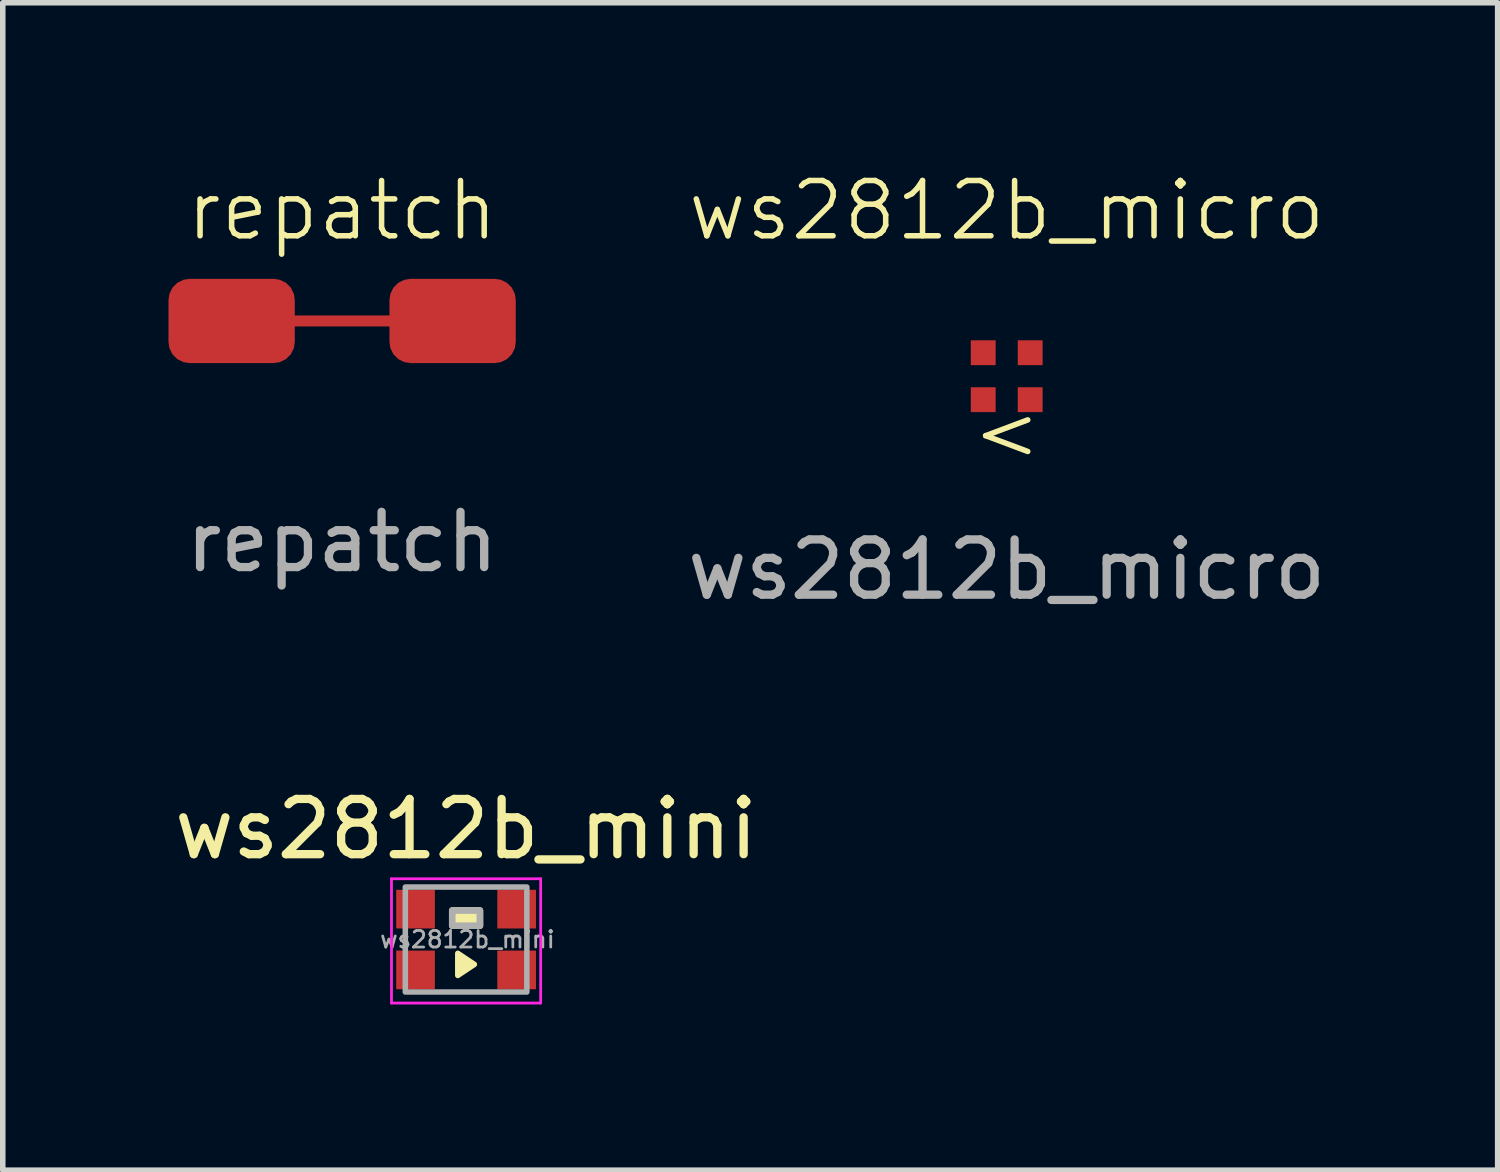
<source format=kicad_pcb>
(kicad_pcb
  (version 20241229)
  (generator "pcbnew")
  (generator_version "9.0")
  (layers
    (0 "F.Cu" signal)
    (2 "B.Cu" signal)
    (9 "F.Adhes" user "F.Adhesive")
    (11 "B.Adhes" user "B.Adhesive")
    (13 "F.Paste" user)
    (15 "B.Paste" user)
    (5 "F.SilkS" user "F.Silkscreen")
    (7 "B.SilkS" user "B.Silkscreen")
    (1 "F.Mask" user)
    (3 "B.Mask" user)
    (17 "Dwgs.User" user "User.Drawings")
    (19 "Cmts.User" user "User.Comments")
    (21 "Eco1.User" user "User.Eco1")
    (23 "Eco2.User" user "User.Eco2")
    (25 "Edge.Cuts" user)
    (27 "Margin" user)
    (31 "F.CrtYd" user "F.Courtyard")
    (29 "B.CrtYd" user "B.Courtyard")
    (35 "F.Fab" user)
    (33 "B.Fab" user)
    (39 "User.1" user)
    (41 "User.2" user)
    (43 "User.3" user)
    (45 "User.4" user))
  (footprint "ws2812b_micro"
    (layer "F.Cu")
    (at 15.173 3.76)
    (property "Reference" "ws2812b_micro" (at 0 -3 0) (unlocked yes) (layer "F.SilkS") (effects (font (size 1 1) (thickness 0.1))))
    (attr smd)
    (fp_text user "<" (at 0 1 0) (unlocked yes) (layer "F.SilkS") (effects (font (size 1 1) (thickness 0.1))))
    (fp_text user "${REFERENCE}" (at 0 3.5 0) (unlocked yes) (layer "F.Fab") (effects (font (size 1 1) (thickness 0.15))))
    (pad "1" smd rect (at -0.425 -0.425) (size 0.45 0.45) (layers "F.Cu" "F.Mask" "F.Paste"))
    (pad "2" smd rect (at 0.425 -0.425) (size 0.45 0.45) (layers "F.Cu" "F.Mask" "F.Paste"))
    (pad "3" smd rect (at -0.425 0.425 90) (size 0.45 0.45) (layers "F.Cu" "F.Mask" "F.Paste"))
    (pad "4" smd rect (at 0.425 0.425) (size 0.45 0.45) (layers "F.Cu" "F.Mask" "F.Paste")))
  (footprint "repatch"
    (layer "F.Cu")
    (at 3.143 2.76)
    (property "Reference" "repatch" (at 0 -2 0) (unlocked yes) (layer "F.SilkS") (effects (font (size 1 1) (thickness 0.1))))
    (attr smd)
    (fp_line (start -1 0) (end 1 0) (stroke (width 0.2) (type default)) (layer "F.Cu"))
    (fp_text user "${REFERENCE}" (at 0 4 0) (unlocked yes) (layer "F.Fab") (effects (font (size 1 1) (thickness 0.15))))
    (pad "1" smd roundrect (at -2 0) (size 2.286 1.524) (layers "F.Cu" "F.Mask" "F.Paste") (roundrect_rratio 0.25))
    (pad "2" smd roundrect (at 2 0) (size 2.286 1.524) (layers "F.Cu" "F.Mask" "F.Paste") (roundrect_rratio 0.25)))
  (footprint "ws2812b_mini"
    (layer "F.Cu")
    (at 5.387 13.957)
    (property "Reference" "ws2812b_mini" (at 0 -2 0) (layer "F.SilkS") (effects (font (size 1 1) (thickness 0.15))))
    (attr smd)
    (fp_rect (start -0.25 -0.525) (end 0.25 -0.25) (stroke (width 0.12) (type solid)) (fill yes) (layer "F.SilkS"))
    (fp_poly (pts (xy -0.15 0.25) (xy 0.15 0.45) (xy -0.15 0.65)) (stroke (width 0.1) (type solid)) (fill yes) (layer "F.SilkS"))
    (fp_line (start -1.35 -1.1) (end -1.35 1.15) (stroke (width 0.05) (type solid)) (layer "F.CrtYd"))
    (fp_line (start -1.35 -1.1) (end 1.35 -1.1) (stroke (width 0.05) (type solid)) (layer "F.CrtYd"))
    (fp_line (start 1.35 -1.1) (end 1.35 1.15) (stroke (width 0.05) (type solid)) (layer "F.CrtYd"))
    (fp_line (start 1.35 1.15) (end -1.35 1.15) (stroke (width 0.05) (type solid)) (layer "F.CrtYd"))
    (fp_rect (start -0.25 -0.525) (end 0.25 -0.25) (stroke (width 0.12) (type solid)) (fill no) (layer "F.Fab"))
    (fp_poly (pts (xy 1.1 0.95) (xy -1.1 0.95) (xy -1.1 -0.95) (xy 1.1 -0.95)) (stroke (width 0.1) (type solid)) (fill no) (layer "F.Fab"))
    (fp_text user "${REFERENCE}" (at 0.025 0 0) (layer "F.Fab") (effects (font (size 0.3 0.3) (thickness 0.05))))
    (pad "1" smd rect (at 0.915 0.55) (size 0.7 0.7) (layers "F.Cu" "F.Mask" "F.Paste"))
    (pad "2" smd rect (at 0.915 -0.55) (size 0.7 0.7) (layers "F.Cu" "F.Mask" "F.Paste"))
    (pad "3" smd rect (at -0.915 -0.55) (size 0.7 0.7) (layers "F.Cu" "F.Mask" "F.Paste"))
    (pad "4" smd rect (at -0.915 0.55) (size 0.7 0.7) (layers "F.Cu" "F.Mask" "F.Paste")))
  (gr_rect
    (start -3 -3)
    (end 24.06 18.132)
    (stroke (width 0.1) (type default))
    (fill no)
    (layer "Edge.Cuts")))
</source>
